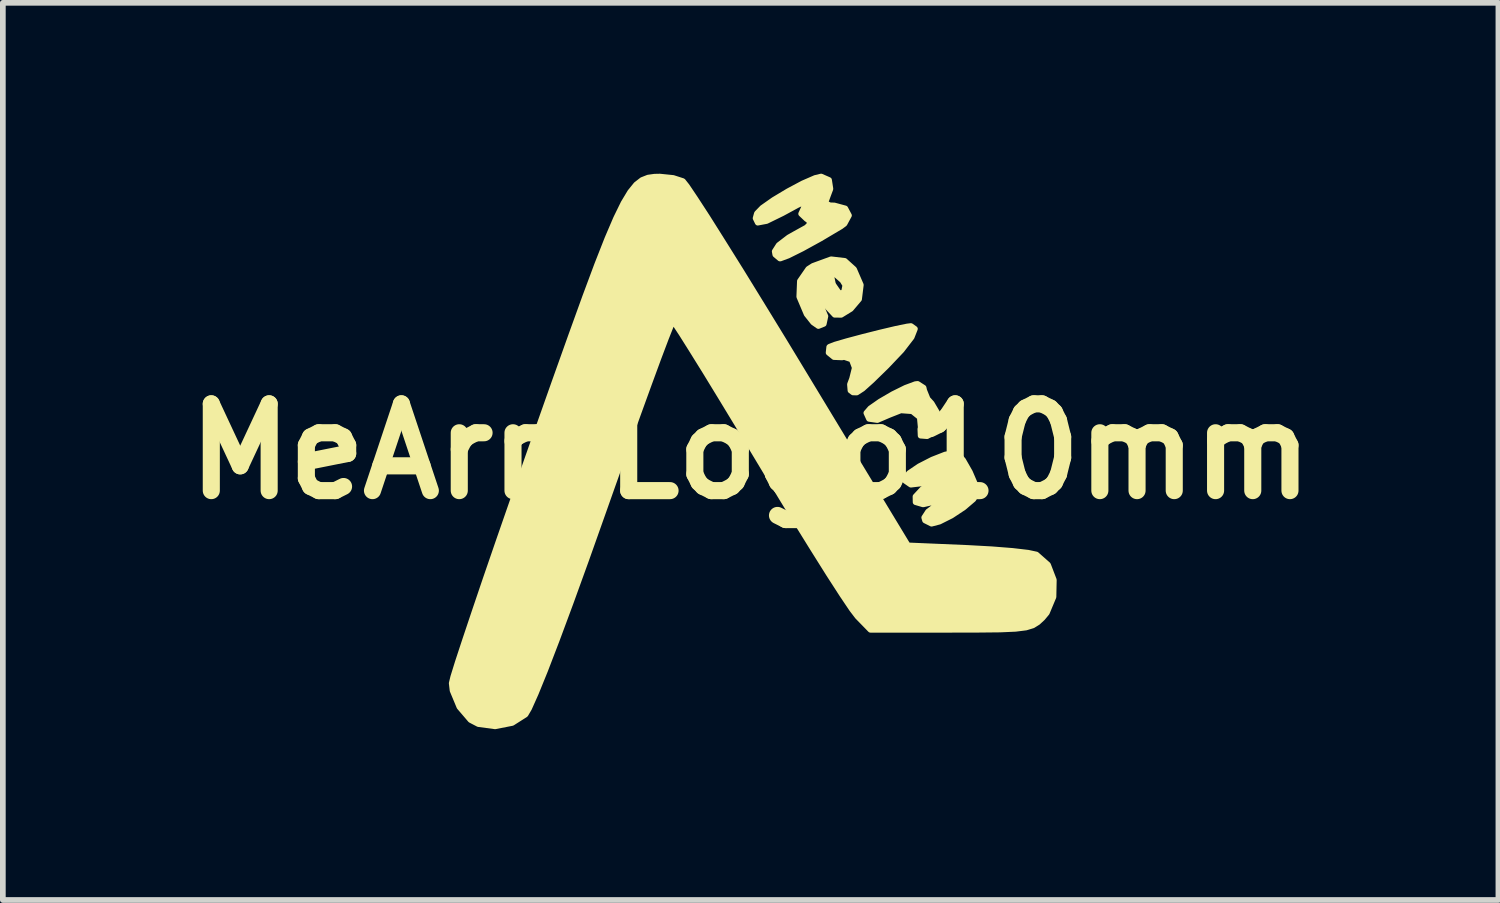
<source format=kicad_pcb>
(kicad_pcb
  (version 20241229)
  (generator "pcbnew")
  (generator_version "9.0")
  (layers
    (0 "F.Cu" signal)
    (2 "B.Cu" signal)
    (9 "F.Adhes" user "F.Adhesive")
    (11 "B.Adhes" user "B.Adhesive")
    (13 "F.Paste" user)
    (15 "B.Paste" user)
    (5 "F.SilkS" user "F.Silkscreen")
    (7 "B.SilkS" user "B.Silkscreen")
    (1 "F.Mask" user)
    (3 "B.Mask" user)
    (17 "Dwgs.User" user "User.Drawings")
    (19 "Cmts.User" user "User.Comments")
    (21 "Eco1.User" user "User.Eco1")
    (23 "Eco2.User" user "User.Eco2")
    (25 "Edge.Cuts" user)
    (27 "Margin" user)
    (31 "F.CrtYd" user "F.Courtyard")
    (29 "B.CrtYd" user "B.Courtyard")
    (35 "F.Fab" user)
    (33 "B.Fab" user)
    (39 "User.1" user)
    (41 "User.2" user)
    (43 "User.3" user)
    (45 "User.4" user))
  (footprint "MeArmLogo10mm"
    (layer "F.Cu")
    (at 10.131 4.876)
    (property "Reference" "MeArmLogo10mm" (at 0 0 0) (layer "F.SilkS") (effects (font (size 1.524 1.524) (thickness 0.3))))
    (attr through_hole)
    (fp_poly (pts (xy 3.278 -0.482) (xy 3.196 -0.32) (xy 3.099 -0.267) (xy 2.985 -0.276) (xy 2.98 -0.392) (xy 2.987 -0.42) (xy 2.97 -0.599) (xy 2.838 -0.705) (xy 2.637 -0.72) (xy 2.427 -0.637) (xy 2.225 -0.55) (xy 2.079 -0.571) (xy 2.032 -0.675) (xy 2.101 -0.755) (xy 2.273 -0.875) (xy 2.496 -1.005) (xy 2.72 -1.116) (xy 2.892 -1.18) (xy 2.932 -1.185) (xy 3.037 -1.118) (xy 3.048 -1.069) (xy 3.108 -0.921) (xy 3.179 -0.843) (xy 3.275 -0.68) (xy 3.278 -0.482)) (stroke (width 0.1) (type solid)) (fill yes) (layer "F.SilkS"))
    (fp_poly (pts (xy 1.935 -2.923) (xy 1.904 -2.673) (xy 1.759 -2.502) (xy 1.663 -2.443) (xy 1.663 -2.918) (xy 1.612 -3.002) (xy 1.476 -3.122) (xy 1.412 -3.099) (xy 1.444 -2.945) (xy 1.456 -2.919) (xy 1.555 -2.776) (xy 1.637 -2.788) (xy 1.663 -2.918) (xy 1.663 -2.443) (xy 1.59 -2.398) (xy 1.476 -2.399) (xy 1.363 -2.52) (xy 1.28 -2.646) (xy 1.17 -2.798) (xy 1.107 -2.847) (xy 1.102 -2.834) (xy 1.146 -2.705) (xy 1.233 -2.559) (xy 1.313 -2.373) (xy 1.284 -2.239) (xy 1.19 -2.201) (xy 1.098 -2.265) (xy 0.983 -2.41) (xy 0.854 -2.715) (xy 0.865 -2.99) (xy 1.013 -3.204) (xy 1.096 -3.257) (xy 1.413 -3.373) (xy 1.653 -3.345) (xy 1.816 -3.198) (xy 1.935 -2.923)) (stroke (width 0.1) (type solid)) (fill yes) (layer "F.SilkS"))
    (fp_poly (pts (xy 2.885 -2.151) (xy 2.828 -2.006) (xy 2.651 -1.776) (xy 2.389 -1.5) (xy 2.186 -1.302) (xy 2.186 -1.724) (xy 2.173 -1.75) (xy 2.073 -1.76) (xy 2.06 -1.75) (xy 2.072 -1.699) (xy 2.117 -1.693) (xy 2.186 -1.724) (xy 2.186 -1.302) (xy 2.132 -1.249) (xy 1.966 -1.1) (xy 1.864 -1.034) (xy 1.798 -1.035) (xy 1.753 -1.069) (xy 1.744 -1.177) (xy 1.781 -1.275) (xy 1.829 -1.468) (xy 1.775 -1.613) (xy 1.642 -1.658) (xy 1.606 -1.65) (xy 1.464 -1.656) (xy 1.369 -1.733) (xy 1.38 -1.832) (xy 1.385 -1.837) (xy 1.48 -1.874) (xy 1.692 -1.936) (xy 1.973 -2.011) (xy 2.275 -2.087) (xy 2.55 -2.152) (xy 2.75 -2.193) (xy 2.815 -2.201) (xy 2.885 -2.151)) (stroke (width 0.1) (type solid)) (fill yes) (layer "F.SilkS"))
    (fp_poly (pts (xy 1.727 -4.143) (xy 1.648 -3.997) (xy 1.585 -3.95) (xy 1.224 -3.736) (xy 0.904 -3.56) (xy 0.659 -3.438) (xy 0.521 -3.387) (xy 0.514 -3.387) (xy 0.433 -3.455) (xy 0.423 -3.512) (xy 0.493 -3.622) (xy 0.669 -3.757) (xy 0.777 -3.818) (xy 0.983 -3.932) (xy 1.053 -4.005) (xy 1.01 -4.065) (xy 0.984 -4.08) (xy 0.887 -4.172) (xy 0.937 -4.283) (xy 1.001 -4.374) (xy 0.968 -4.39) (xy 0.824 -4.326) (xy 0.557 -4.181) (xy 0.279 -4.045) (xy 0.125 -4.016) (xy 0.087 -4.094) (xy 0.11 -4.178) (xy 0.205 -4.276) (xy 0.404 -4.416) (xy 0.659 -4.569) (xy 0.918 -4.707) (xy 1.134 -4.801) (xy 1.238 -4.826) (xy 1.377 -4.765) (xy 1.401 -4.609) (xy 1.356 -4.489) (xy 1.31 -4.362) (xy 1.389 -4.321) (xy 1.47 -4.318) (xy 1.662 -4.266) (xy 1.727 -4.143)) (stroke (width 0.1) (type solid)) (fill yes) (layer "F.SilkS"))
    (fp_poly (pts (xy 3.979 0.732) (xy 3.911 0.841) (xy 3.742 0.985) (xy 3.526 1.128) (xy 3.315 1.234) (xy 3.177 1.27) (xy 3.063 1.213) (xy 3.048 1.162) (xy 3.116 1.057) (xy 3.286 0.929) (xy 3.345 0.895) (xy 3.522 0.786) (xy 3.605 0.71) (xy 3.604 0.697) (xy 3.517 0.713) (xy 3.373 0.796) (xy 3.175 0.898) (xy 3.029 0.931) (xy 2.897 0.892) (xy 2.895 0.793) (xy 3.013 0.666) (xy 3.185 0.562) (xy 3.366 0.461) (xy 3.447 0.384) (xy 3.445 0.369) (xy 3.35 0.377) (xy 3.204 0.457) (xy 2.992 0.564) (xy 2.813 0.585) (xy 2.716 0.518) (xy 2.709 0.48) (xy 2.781 0.384) (xy 2.959 0.263) (xy 3.189 0.145) (xy 3.416 0.056) (xy 3.585 0.024) (xy 3.627 0.034) (xy 3.731 0.154) (xy 3.85 0.362) (xy 3.945 0.583) (xy 3.979 0.732)) (stroke (width 0.1) (type solid)) (fill yes) (layer "F.SilkS"))
    (fp_poly (pts (xy 5.324 2.257) (xy 5.318 2.556) (xy 5.201 2.835) (xy 5.126 2.925) (xy 5.044 3.001) (xy 4.956 3.056) (xy 4.835 3.093) (xy 4.652 3.116) (xy 4.381 3.128) (xy 3.994 3.132) (xy 3.511 3.133) (xy 2.104 3.133) (xy 1.877 2.9) (xy 1.78 2.773) (xy 1.609 2.519) (xy 1.375 2.157) (xy 1.092 1.706) (xy 0.769 1.185) (xy 0.421 0.613) (xy 0.169 0.194) (xy -0.182 -0.39) (xy -0.506 -0.924) (xy -0.793 -1.394) (xy -1.033 -1.78) (xy -1.214 -2.068) (xy -1.328 -2.24) (xy -1.362 -2.283) (xy -1.4 -2.206) (xy -1.487 -1.986) (xy -1.618 -1.639) (xy -1.786 -1.182) (xy -1.986 -0.631) (xy -2.211 -0.003) (xy -2.456 0.686) (xy -2.59 1.065) (xy -2.891 1.913) (xy -3.164 2.667) (xy -3.405 3.316) (xy -3.609 3.847) (xy -3.773 4.25) (xy -3.891 4.514) (xy -3.954 4.621) (xy -4.187 4.769) (xy -4.487 4.828) (xy -4.78 4.789) (xy -4.918 4.717) (xy -5.114 4.488) (xy -5.234 4.2) (xy -5.249 4.071) (xy -5.222 3.959) (xy -5.143 3.704) (xy -5.017 3.321) (xy -4.851 2.825) (xy -4.65 2.232) (xy -4.418 1.558) (xy -4.161 0.819) (xy -3.884 0.03) (xy -3.792 -0.231) (xy -3.448 -1.204) (xy -3.154 -2.028) (xy -2.905 -2.717) (xy -2.694 -3.283) (xy -2.515 -3.738) (xy -2.363 -4.093) (xy -2.232 -4.361) (xy -2.116 -4.554) (xy -2.01 -4.685) (xy -1.907 -4.765) (xy -1.801 -4.807) (xy -1.688 -4.823) (xy -1.594 -4.825) (xy -1.36 -4.801) (xy -1.19 -4.746) (xy -1.189 -4.745) (xy -1.12 -4.658) (xy -0.974 -4.441) (xy -0.759 -4.11) (xy -0.487 -3.678) (xy -0.165 -3.163) (xy 0.195 -2.578) (xy 0.586 -1.94) (xy 0.848 -1.508) (xy 2.761 1.651) (xy 3.815 1.696) (xy 4.232 1.719) (xy 4.598 1.748) (xy 4.872 1.78) (xy 5.017 1.811) (xy 5.019 1.812) (xy 5.222 1.991) (xy 5.324 2.257)) (stroke (width 0.1) (type solid)) (fill yes) (layer "F.SilkS")))
  (gr_rect
    (start -3 -3)
    (end 23.262 12.754)
    (stroke (width 0.1) (type default))
    (fill no)
    (layer "Edge.Cuts")))
</source>
